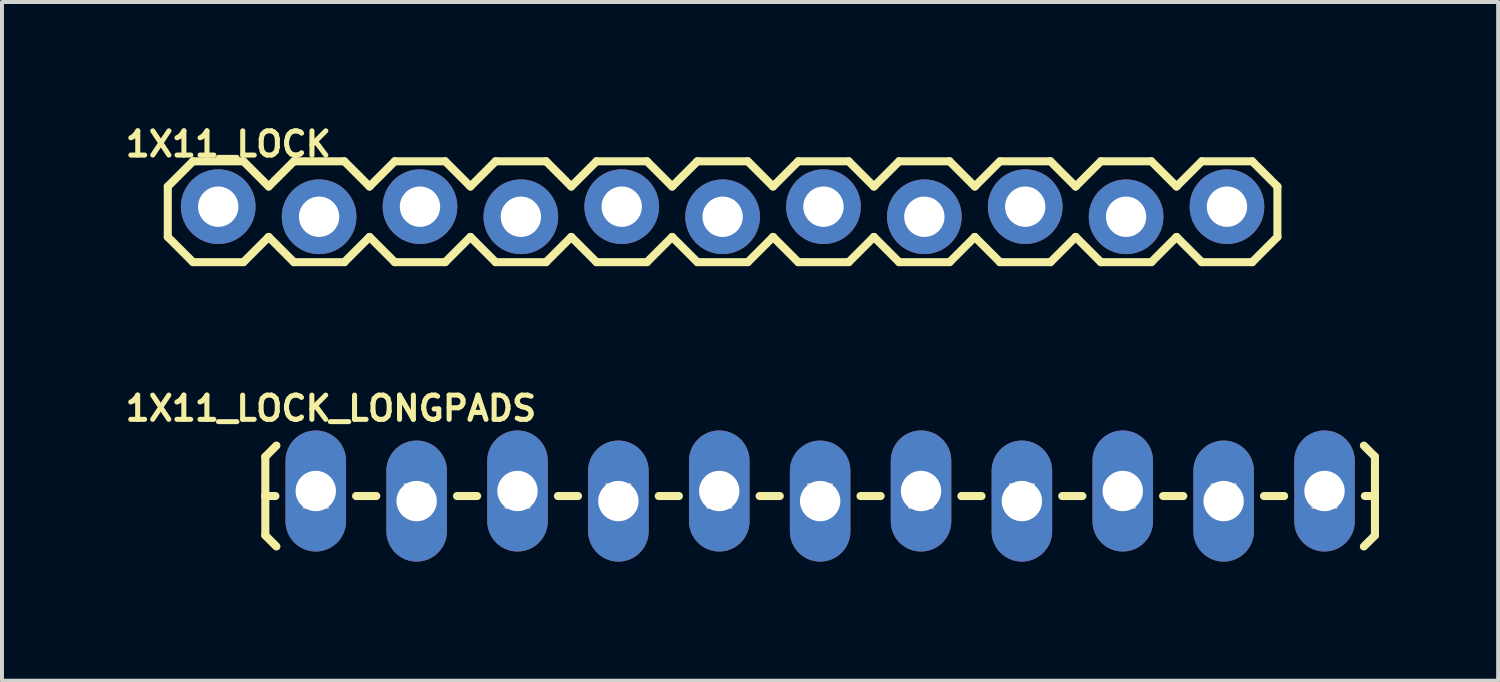
<source format=kicad_pcb>
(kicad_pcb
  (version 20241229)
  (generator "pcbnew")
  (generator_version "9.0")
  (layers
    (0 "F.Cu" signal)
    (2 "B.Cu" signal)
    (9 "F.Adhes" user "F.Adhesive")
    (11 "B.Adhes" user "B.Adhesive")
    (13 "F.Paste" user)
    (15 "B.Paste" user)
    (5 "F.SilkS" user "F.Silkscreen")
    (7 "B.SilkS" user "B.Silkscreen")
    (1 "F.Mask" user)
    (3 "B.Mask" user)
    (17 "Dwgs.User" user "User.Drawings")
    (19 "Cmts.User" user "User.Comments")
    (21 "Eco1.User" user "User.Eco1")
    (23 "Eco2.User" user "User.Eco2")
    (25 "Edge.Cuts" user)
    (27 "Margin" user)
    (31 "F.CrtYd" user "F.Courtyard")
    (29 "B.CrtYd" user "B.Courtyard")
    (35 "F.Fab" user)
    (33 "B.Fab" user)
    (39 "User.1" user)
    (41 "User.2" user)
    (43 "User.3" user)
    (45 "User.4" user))
  (footprint "1X11_LOCK_LONGPADS"
    (layer "F.Cu")
    (at 4.901 9.44)
    (property "Reference" "1X11_LOCK_LONGPADS" (at 0.381 -2.207 0) (layer "F.SilkS") (effects (font (size 0.61 0.61) (thickness 0.127))))
    (attr exclude_from_pos_files exclude_from_bom)
    (fp_line (start -1.27 -0.991) (end -0.991 -1.27) (stroke (width 0.203) (type solid)) (layer "F.SilkS"))
    (fp_line (start -1.27 0) (end -1.27 -0.991) (stroke (width 0.203) (type solid)) (layer "F.SilkS"))
    (fp_line (start -1.27 0) (end -1.27 0.991) (stroke (width 0.203) (type solid)) (layer "F.SilkS"))
    (fp_line (start -1.27 0) (end -1.016 0) (stroke (width 0.203) (type solid)) (layer "F.SilkS"))
    (fp_line (start -1.27 0.991) (end -0.991 1.27) (stroke (width 0.203) (type solid)) (layer "F.SilkS"))
    (fp_line (start 1.524 0) (end 1.016 0) (stroke (width 0.203) (type solid)) (layer "F.SilkS"))
    (fp_line (start 4.064 0) (end 3.556 0) (stroke (width 0.203) (type solid)) (layer "F.SilkS"))
    (fp_line (start 6.604 0) (end 6.096 0) (stroke (width 0.203) (type solid)) (layer "F.SilkS"))
    (fp_line (start 9.144 0) (end 8.636 0) (stroke (width 0.203) (type solid)) (layer "F.SilkS"))
    (fp_line (start 11.684 0) (end 11.176 0) (stroke (width 0.203) (type solid)) (layer "F.SilkS"))
    (fp_line (start 14.224 0) (end 13.716 0) (stroke (width 0.203) (type solid)) (layer "F.SilkS"))
    (fp_line (start 16.764 0) (end 16.256 0) (stroke (width 0.203) (type solid)) (layer "F.SilkS"))
    (fp_line (start 19.304 0) (end 18.796 0) (stroke (width 0.203) (type solid)) (layer "F.SilkS"))
    (fp_line (start 21.844 0) (end 21.336 0) (stroke (width 0.203) (type solid)) (layer "F.SilkS"))
    (fp_line (start 24.384 0) (end 23.876 0) (stroke (width 0.203) (type solid)) (layer "F.SilkS"))
    (fp_line (start 26.67 -0.991) (end 26.391 -1.27) (stroke (width 0.203) (type solid)) (layer "F.SilkS"))
    (fp_line (start 26.67 0) (end 26.416 0) (stroke (width 0.203) (type solid)) (layer "F.SilkS"))
    (fp_line (start 26.67 0) (end 26.67 -0.991) (stroke (width 0.203) (type solid)) (layer "F.SilkS"))
    (fp_line (start 26.67 0) (end 26.67 0.991) (stroke (width 0.203) (type solid)) (layer "F.SilkS"))
    (fp_line (start 26.67 0.991) (end 26.391 1.27) (stroke (width 0.203) (type solid)) (layer "F.SilkS"))
    (fp_line (start -0.292 -0.292) (end 0.292 -0.292) (stroke (width 0.066) (type solid)) (layer "Dwgs.User"))
    (fp_line (start -0.292 0.292) (end -0.292 -0.292) (stroke (width 0.066) (type solid)) (layer "Dwgs.User"))
    (fp_line (start -0.292 0.292) (end 0.292 0.292) (stroke (width 0.066) (type solid)) (layer "Dwgs.User"))
    (fp_line (start 0.292 0.292) (end 0.292 -0.292) (stroke (width 0.066) (type solid)) (layer "Dwgs.User"))
    (fp_line (start 2.248 -0.292) (end 2.832 -0.292) (stroke (width 0.066) (type solid)) (layer "Dwgs.User"))
    (fp_line (start 2.248 0.292) (end 2.248 -0.292) (stroke (width 0.066) (type solid)) (layer "Dwgs.User"))
    (fp_line (start 2.248 0.292) (end 2.832 0.292) (stroke (width 0.066) (type solid)) (layer "Dwgs.User"))
    (fp_line (start 2.832 0.292) (end 2.832 -0.292) (stroke (width 0.066) (type solid)) (layer "Dwgs.User"))
    (fp_line (start 4.788 -0.292) (end 5.372 -0.292) (stroke (width 0.066) (type solid)) (layer "Dwgs.User"))
    (fp_line (start 4.788 0.292) (end 4.788 -0.292) (stroke (width 0.066) (type solid)) (layer "Dwgs.User"))
    (fp_line (start 4.788 0.292) (end 5.372 0.292) (stroke (width 0.066) (type solid)) (layer "Dwgs.User"))
    (fp_line (start 5.372 0.292) (end 5.372 -0.292) (stroke (width 0.066) (type solid)) (layer "Dwgs.User"))
    (fp_line (start 7.328 -0.292) (end 7.912 -0.292) (stroke (width 0.066) (type solid)) (layer "Dwgs.User"))
    (fp_line (start 7.328 0.292) (end 7.328 -0.292) (stroke (width 0.066) (type solid)) (layer "Dwgs.User"))
    (fp_line (start 7.328 0.292) (end 7.912 0.292) (stroke (width 0.066) (type solid)) (layer "Dwgs.User"))
    (fp_line (start 7.912 0.292) (end 7.912 -0.292) (stroke (width 0.066) (type solid)) (layer "Dwgs.User"))
    (fp_line (start 9.868 -0.292) (end 10.452 -0.292) (stroke (width 0.066) (type solid)) (layer "Dwgs.User"))
    (fp_line (start 9.868 0.292) (end 9.868 -0.292) (stroke (width 0.066) (type solid)) (layer "Dwgs.User"))
    (fp_line (start 9.868 0.292) (end 10.452 0.292) (stroke (width 0.066) (type solid)) (layer "Dwgs.User"))
    (fp_line (start 10.452 0.292) (end 10.452 -0.292) (stroke (width 0.066) (type solid)) (layer "Dwgs.User"))
    (fp_line (start 12.408 -0.292) (end 12.992 -0.292) (stroke (width 0.066) (type solid)) (layer "Dwgs.User"))
    (fp_line (start 12.408 0.292) (end 12.408 -0.292) (stroke (width 0.066) (type solid)) (layer "Dwgs.User"))
    (fp_line (start 12.408 0.292) (end 12.992 0.292) (stroke (width 0.066) (type solid)) (layer "Dwgs.User"))
    (fp_line (start 12.992 0.292) (end 12.992 -0.292) (stroke (width 0.066) (type solid)) (layer "Dwgs.User"))
    (fp_line (start 14.948 -0.292) (end 15.532 -0.292) (stroke (width 0.066) (type solid)) (layer "Dwgs.User"))
    (fp_line (start 14.948 0.292) (end 14.948 -0.292) (stroke (width 0.066) (type solid)) (layer "Dwgs.User"))
    (fp_line (start 14.948 0.292) (end 15.532 0.292) (stroke (width 0.066) (type solid)) (layer "Dwgs.User"))
    (fp_line (start 15.532 0.292) (end 15.532 -0.292) (stroke (width 0.066) (type solid)) (layer "Dwgs.User"))
    (fp_line (start 17.488 -0.292) (end 18.072 -0.292) (stroke (width 0.066) (type solid)) (layer "Dwgs.User"))
    (fp_line (start 17.488 0.292) (end 17.488 -0.292) (stroke (width 0.066) (type solid)) (layer "Dwgs.User"))
    (fp_line (start 17.488 0.292) (end 18.072 0.292) (stroke (width 0.066) (type solid)) (layer "Dwgs.User"))
    (fp_line (start 18.072 0.292) (end 18.072 -0.292) (stroke (width 0.066) (type solid)) (layer "Dwgs.User"))
    (fp_line (start 20.028 -0.292) (end 20.612 -0.292) (stroke (width 0.066) (type solid)) (layer "Dwgs.User"))
    (fp_line (start 20.028 0.292) (end 20.028 -0.292) (stroke (width 0.066) (type solid)) (layer "Dwgs.User"))
    (fp_line (start 20.028 0.292) (end 20.612 0.292) (stroke (width 0.066) (type solid)) (layer "Dwgs.User"))
    (fp_line (start 20.612 0.292) (end 20.612 -0.292) (stroke (width 0.066) (type solid)) (layer "Dwgs.User"))
    (fp_line (start 22.568 -0.292) (end 23.152 -0.292) (stroke (width 0.066) (type solid)) (layer "Dwgs.User"))
    (fp_line (start 22.568 0.292) (end 22.568 -0.292) (stroke (width 0.066) (type solid)) (layer "Dwgs.User"))
    (fp_line (start 22.568 0.292) (end 23.152 0.292) (stroke (width 0.066) (type solid)) (layer "Dwgs.User"))
    (fp_line (start 23.152 0.292) (end 23.152 -0.292) (stroke (width 0.066) (type solid)) (layer "Dwgs.User"))
    (fp_line (start 25.108 -0.292) (end 25.692 -0.292) (stroke (width 0.066) (type solid)) (layer "Dwgs.User"))
    (fp_line (start 25.108 0.292) (end 25.108 -0.292) (stroke (width 0.066) (type solid)) (layer "Dwgs.User"))
    (fp_line (start 25.108 0.292) (end 25.692 0.292) (stroke (width 0.066) (type solid)) (layer "Dwgs.User"))
    (fp_line (start 25.692 0.292) (end 25.692 -0.292) (stroke (width 0.066) (type solid)) (layer "Dwgs.User"))
    (pad "1" thru_hole oval (at 0 -0.127 180) (size 1.524 3.048) (drill 1.016) (layers "*.Cu" "*.Paste" "*.Mask"))
    (pad "2" thru_hole oval (at 2.54 0.127 180) (size 1.524 3.048) (drill 1.016) (layers "*.Cu" "*.Paste" "*.Mask"))
    (pad "3" thru_hole oval (at 5.08 -0.127 180) (size 1.524 3.048) (drill 1.016) (layers "*.Cu" "*.Paste" "*.Mask"))
    (pad "4" thru_hole oval (at 7.62 0.127 180) (size 1.524 3.048) (drill 1.016) (layers "*.Cu" "*.Paste" "*.Mask"))
    (pad "5" thru_hole oval (at 10.16 -0.127 180) (size 1.524 3.048) (drill 1.016) (layers "*.Cu" "*.Paste" "*.Mask"))
    (pad "6" thru_hole oval (at 12.7 0.127 180) (size 1.524 3.048) (drill 1.016) (layers "*.Cu" "*.Paste" "*.Mask"))
    (pad "7" thru_hole oval (at 15.24 -0.127 180) (size 1.524 3.048) (drill 1.016) (layers "*.Cu" "*.Paste" "*.Mask"))
    (pad "8" thru_hole oval (at 17.78 0.127 180) (size 1.524 3.048) (drill 1.016) (layers "*.Cu" "*.Paste" "*.Mask"))
    (pad "9" thru_hole oval (at 20.32 -0.127 180) (size 1.524 3.048) (drill 1.016) (layers "*.Cu" "*.Paste" "*.Mask"))
    (pad "10" thru_hole oval (at 22.86 0.127 180) (size 1.524 3.048) (drill 1.016) (layers "*.Cu" "*.Paste" "*.Mask"))
    (pad "11" thru_hole oval (at 25.4 -0.127 180) (size 1.524 3.048) (drill 1.016) (layers "*.Cu" "*.Paste" "*.Mask")))
  (footprint "1X11_LOCK"
    (layer "F.Cu")
    (at 2.445 2.281)
    (property "Reference" "1X11_LOCK" (at 0.254 -1.702 0) (layer "F.SilkS") (effects (font (size 0.61 0.61) (thickness 0.127))))
    (attr exclude_from_pos_files exclude_from_bom)
    (fp_line (start -1.27 -0.635) (end -1.27 0.635) (stroke (width 0.203) (type solid)) (layer "F.SilkS"))
    (fp_line (start -1.27 0.635) (end -0.635 1.27) (stroke (width 0.203) (type solid)) (layer "F.SilkS"))
    (fp_line (start -0.635 -1.27) (end -1.27 -0.635) (stroke (width 0.203) (type solid)) (layer "F.SilkS"))
    (fp_line (start -0.635 -1.27) (end 0.635 -1.27) (stroke (width 0.203) (type solid)) (layer "F.SilkS"))
    (fp_line (start 0.635 -1.27) (end 1.27 -0.635) (stroke (width 0.203) (type solid)) (layer "F.SilkS"))
    (fp_line (start 0.635 1.27) (end -0.635 1.27) (stroke (width 0.203) (type solid)) (layer "F.SilkS"))
    (fp_line (start 1.27 -0.635) (end 1.905 -1.27) (stroke (width 0.203) (type solid)) (layer "F.SilkS"))
    (fp_line (start 1.27 0.635) (end 0.635 1.27) (stroke (width 0.203) (type solid)) (layer "F.SilkS"))
    (fp_line (start 1.905 -1.27) (end 3.175 -1.27) (stroke (width 0.203) (type solid)) (layer "F.SilkS"))
    (fp_line (start 1.905 1.27) (end 1.27 0.635) (stroke (width 0.203) (type solid)) (layer "F.SilkS"))
    (fp_line (start 3.175 -1.27) (end 3.81 -0.635) (stroke (width 0.203) (type solid)) (layer "F.SilkS"))
    (fp_line (start 3.175 1.27) (end 1.905 1.27) (stroke (width 0.203) (type solid)) (layer "F.SilkS"))
    (fp_line (start 3.81 -0.635) (end 4.445 -1.27) (stroke (width 0.203) (type solid)) (layer "F.SilkS"))
    (fp_line (start 3.81 0.635) (end 3.175 1.27) (stroke (width 0.203) (type solid)) (layer "F.SilkS"))
    (fp_line (start 4.445 -1.27) (end 5.715 -1.27) (stroke (width 0.203) (type solid)) (layer "F.SilkS"))
    (fp_line (start 4.445 1.27) (end 3.81 0.635) (stroke (width 0.203) (type solid)) (layer "F.SilkS"))
    (fp_line (start 5.715 -1.27) (end 6.35 -0.635) (stroke (width 0.203) (type solid)) (layer "F.SilkS"))
    (fp_line (start 5.715 1.27) (end 4.445 1.27) (stroke (width 0.203) (type solid)) (layer "F.SilkS"))
    (fp_line (start 6.35 0.635) (end 5.715 1.27) (stroke (width 0.203) (type solid)) (layer "F.SilkS"))
    (fp_line (start 6.35 0.635) (end 6.985 1.27) (stroke (width 0.203) (type solid)) (layer "F.SilkS"))
    (fp_line (start 6.985 -1.27) (end 6.35 -0.635) (stroke (width 0.203) (type solid)) (layer "F.SilkS"))
    (fp_line (start 6.985 -1.27) (end 8.255 -1.27) (stroke (width 0.203) (type solid)) (layer "F.SilkS"))
    (fp_line (start 8.255 -1.27) (end 8.89 -0.635) (stroke (width 0.203) (type solid)) (layer "F.SilkS"))
    (fp_line (start 8.255 1.27) (end 6.985 1.27) (stroke (width 0.203) (type solid)) (layer "F.SilkS"))
    (fp_line (start 8.89 -0.635) (end 9.525 -1.27) (stroke (width 0.203) (type solid)) (layer "F.SilkS"))
    (fp_line (start 8.89 0.635) (end 8.255 1.27) (stroke (width 0.203) (type solid)) (layer "F.SilkS"))
    (fp_line (start 9.525 -1.27) (end 10.795 -1.27) (stroke (width 0.203) (type solid)) (layer "F.SilkS"))
    (fp_line (start 9.525 1.27) (end 8.89 0.635) (stroke (width 0.203) (type solid)) (layer "F.SilkS"))
    (fp_line (start 10.795 -1.27) (end 11.43 -0.635) (stroke (width 0.203) (type solid)) (layer "F.SilkS"))
    (fp_line (start 10.795 1.27) (end 9.525 1.27) (stroke (width 0.203) (type solid)) (layer "F.SilkS"))
    (fp_line (start 11.43 -0.635) (end 12.065 -1.27) (stroke (width 0.203) (type solid)) (layer "F.SilkS"))
    (fp_line (start 11.43 0.635) (end 10.795 1.27) (stroke (width 0.203) (type solid)) (layer "F.SilkS"))
    (fp_line (start 12.065 -1.27) (end 13.335 -1.27) (stroke (width 0.203) (type solid)) (layer "F.SilkS"))
    (fp_line (start 12.065 1.27) (end 11.43 0.635) (stroke (width 0.203) (type solid)) (layer "F.SilkS"))
    (fp_line (start 13.335 -1.27) (end 13.97 -0.635) (stroke (width 0.203) (type solid)) (layer "F.SilkS"))
    (fp_line (start 13.335 1.27) (end 12.065 1.27) (stroke (width 0.203) (type solid)) (layer "F.SilkS"))
    (fp_line (start 13.97 0.635) (end 13.335 1.27) (stroke (width 0.203) (type solid)) (layer "F.SilkS"))
    (fp_line (start 13.97 0.635) (end 14.605 1.27) (stroke (width 0.203) (type solid)) (layer "F.SilkS"))
    (fp_line (start 14.605 -1.27) (end 13.97 -0.635) (stroke (width 0.203) (type solid)) (layer "F.SilkS"))
    (fp_line (start 14.605 -1.27) (end 15.875 -1.27) (stroke (width 0.203) (type solid)) (layer "F.SilkS"))
    (fp_line (start 15.875 -1.27) (end 16.51 -0.635) (stroke (width 0.203) (type solid)) (layer "F.SilkS"))
    (fp_line (start 15.875 1.27) (end 14.605 1.27) (stroke (width 0.203) (type solid)) (layer "F.SilkS"))
    (fp_line (start 16.51 0.635) (end 15.875 1.27) (stroke (width 0.203) (type solid)) (layer "F.SilkS"))
    (fp_line (start 16.51 0.635) (end 17.145 1.27) (stroke (width 0.203) (type solid)) (layer "F.SilkS"))
    (fp_line (start 17.145 -1.27) (end 16.51 -0.635) (stroke (width 0.203) (type solid)) (layer "F.SilkS"))
    (fp_line (start 17.145 -1.27) (end 18.415 -1.27) (stroke (width 0.203) (type solid)) (layer "F.SilkS"))
    (fp_line (start 18.415 -1.27) (end 19.05 -0.635) (stroke (width 0.203) (type solid)) (layer "F.SilkS"))
    (fp_line (start 18.415 1.27) (end 17.145 1.27) (stroke (width 0.203) (type solid)) (layer "F.SilkS"))
    (fp_line (start 19.05 0.635) (end 18.415 1.27) (stroke (width 0.203) (type solid)) (layer "F.SilkS"))
    (fp_line (start 19.05 0.635) (end 19.685 1.27) (stroke (width 0.203) (type solid)) (layer "F.SilkS"))
    (fp_line (start 19.685 -1.27) (end 19.05 -0.635) (stroke (width 0.203) (type solid)) (layer "F.SilkS"))
    (fp_line (start 19.685 -1.27) (end 20.955 -1.27) (stroke (width 0.203) (type solid)) (layer "F.SilkS"))
    (fp_line (start 20.955 -1.27) (end 21.59 -0.635) (stroke (width 0.203) (type solid)) (layer "F.SilkS"))
    (fp_line (start 20.955 1.27) (end 19.685 1.27) (stroke (width 0.203) (type solid)) (layer "F.SilkS"))
    (fp_line (start 21.59 0.635) (end 20.955 1.27) (stroke (width 0.203) (type solid)) (layer "F.SilkS"))
    (fp_line (start 21.59 0.635) (end 22.225 1.27) (stroke (width 0.203) (type solid)) (layer "F.SilkS"))
    (fp_line (start 22.225 -1.27) (end 21.59 -0.635) (stroke (width 0.203) (type solid)) (layer "F.SilkS"))
    (fp_line (start 22.225 -1.27) (end 23.495 -1.27) (stroke (width 0.203) (type solid)) (layer "F.SilkS"))
    (fp_line (start 23.495 -1.27) (end 24.13 -0.635) (stroke (width 0.203) (type solid)) (layer "F.SilkS"))
    (fp_line (start 23.495 1.27) (end 22.225 1.27) (stroke (width 0.203) (type solid)) (layer "F.SilkS"))
    (fp_line (start 24.13 0.635) (end 23.495 1.27) (stroke (width 0.203) (type solid)) (layer "F.SilkS"))
    (fp_line (start 24.13 0.635) (end 24.765 1.27) (stroke (width 0.203) (type solid)) (layer "F.SilkS"))
    (fp_line (start 24.765 -1.27) (end 24.13 -0.635) (stroke (width 0.203) (type solid)) (layer "F.SilkS"))
    (fp_line (start 24.765 -1.27) (end 26.035 -1.27) (stroke (width 0.203) (type solid)) (layer "F.SilkS"))
    (fp_line (start 26.035 -1.27) (end 26.67 -0.635) (stroke (width 0.203) (type solid)) (layer "F.SilkS"))
    (fp_line (start 26.035 1.27) (end 24.765 1.27) (stroke (width 0.203) (type solid)) (layer "F.SilkS"))
    (fp_line (start 26.67 -0.635) (end 26.67 0.635) (stroke (width 0.203) (type solid)) (layer "F.SilkS"))
    (fp_line (start 26.67 0.635) (end 26.035 1.27) (stroke (width 0.203) (type solid)) (layer "F.SilkS"))
    (fp_line (start -0.254 -0.254) (end 0.254 -0.254) (stroke (width 0.066) (type solid)) (layer "Dwgs.User"))
    (fp_line (start -0.254 0.254) (end -0.254 -0.254) (stroke (width 0.066) (type solid)) (layer "Dwgs.User"))
    (fp_line (start -0.254 0.254) (end 0.254 0.254) (stroke (width 0.066) (type solid)) (layer "Dwgs.User"))
    (fp_line (start 0.254 0.254) (end 0.254 -0.254) (stroke (width 0.066) (type solid)) (layer "Dwgs.User"))
    (fp_line (start 2.286 -0.254) (end 2.794 -0.254) (stroke (width 0.066) (type solid)) (layer "Dwgs.User"))
    (fp_line (start 2.286 0.254) (end 2.286 -0.254) (stroke (width 0.066) (type solid)) (layer "Dwgs.User"))
    (fp_line (start 2.286 0.254) (end 2.794 0.254) (stroke (width 0.066) (type solid)) (layer "Dwgs.User"))
    (fp_line (start 2.794 0.254) (end 2.794 -0.254) (stroke (width 0.066) (type solid)) (layer "Dwgs.User"))
    (fp_line (start 4.826 -0.254) (end 5.334 -0.254) (stroke (width 0.066) (type solid)) (layer "Dwgs.User"))
    (fp_line (start 4.826 0.254) (end 4.826 -0.254) (stroke (width 0.066) (type solid)) (layer "Dwgs.User"))
    (fp_line (start 4.826 0.254) (end 5.334 0.254) (stroke (width 0.066) (type solid)) (layer "Dwgs.User"))
    (fp_line (start 5.334 0.254) (end 5.334 -0.254) (stroke (width 0.066) (type solid)) (layer "Dwgs.User"))
    (fp_line (start 7.366 -0.254) (end 7.874 -0.254) (stroke (width 0.066) (type solid)) (layer "Dwgs.User"))
    (fp_line (start 7.366 0.254) (end 7.366 -0.254) (stroke (width 0.066) (type solid)) (layer "Dwgs.User"))
    (fp_line (start 7.366 0.254) (end 7.874 0.254) (stroke (width 0.066) (type solid)) (layer "Dwgs.User"))
    (fp_line (start 7.874 0.254) (end 7.874 -0.254) (stroke (width 0.066) (type solid)) (layer "Dwgs.User"))
    (fp_line (start 9.906 -0.254) (end 10.414 -0.254) (stroke (width 0.066) (type solid)) (layer "Dwgs.User"))
    (fp_line (start 9.906 0.254) (end 9.906 -0.254) (stroke (width 0.066) (type solid)) (layer "Dwgs.User"))
    (fp_line (start 9.906 0.254) (end 10.414 0.254) (stroke (width 0.066) (type solid)) (layer "Dwgs.User"))
    (fp_line (start 10.414 0.254) (end 10.414 -0.254) (stroke (width 0.066) (type solid)) (layer "Dwgs.User"))
    (fp_line (start 12.446 -0.254) (end 12.954 -0.254) (stroke (width 0.066) (type solid)) (layer "Dwgs.User"))
    (fp_line (start 12.446 0.254) (end 12.446 -0.254) (stroke (width 0.066) (type solid)) (layer "Dwgs.User"))
    (fp_line (start 12.446 0.254) (end 12.954 0.254) (stroke (width 0.066) (type solid)) (layer "Dwgs.User"))
    (fp_line (start 12.954 0.254) (end 12.954 -0.254) (stroke (width 0.066) (type solid)) (layer "Dwgs.User"))
    (fp_line (start 14.986 -0.254) (end 15.494 -0.254) (stroke (width 0.066) (type solid)) (layer "Dwgs.User"))
    (fp_line (start 14.986 0.254) (end 14.986 -0.254) (stroke (width 0.066) (type solid)) (layer "Dwgs.User"))
    (fp_line (start 14.986 0.254) (end 15.494 0.254) (stroke (width 0.066) (type solid)) (layer "Dwgs.User"))
    (fp_line (start 15.494 0.254) (end 15.494 -0.254) (stroke (width 0.066) (type solid)) (layer "Dwgs.User"))
    (fp_line (start 17.523 -0.254) (end 18.034 -0.254) (stroke (width 0.066) (type solid)) (layer "Dwgs.User"))
    (fp_line (start 17.523 0.254) (end 17.523 -0.254) (stroke (width 0.066) (type solid)) (layer "Dwgs.User"))
    (fp_line (start 17.523 0.254) (end 18.034 0.254) (stroke (width 0.066) (type solid)) (layer "Dwgs.User"))
    (fp_line (start 18.034 0.254) (end 18.034 -0.254) (stroke (width 0.066) (type solid)) (layer "Dwgs.User"))
    (fp_line (start 20.066 -0.254) (end 20.574 -0.254) (stroke (width 0.066) (type solid)) (layer "Dwgs.User"))
    (fp_line (start 20.066 0.254) (end 20.066 -0.254) (stroke (width 0.066) (type solid)) (layer "Dwgs.User"))
    (fp_line (start 20.066 0.254) (end 20.574 0.254) (stroke (width 0.066) (type solid)) (layer "Dwgs.User"))
    (fp_line (start 20.574 0.254) (end 20.574 -0.254) (stroke (width 0.066) (type solid)) (layer "Dwgs.User"))
    (fp_line (start 22.606 -0.254) (end 23.114 -0.254) (stroke (width 0.066) (type solid)) (layer "Dwgs.User"))
    (fp_line (start 22.606 0.254) (end 22.606 -0.254) (stroke (width 0.066) (type solid)) (layer "Dwgs.User"))
    (fp_line (start 22.606 0.254) (end 23.114 0.254) (stroke (width 0.066) (type solid)) (layer "Dwgs.User"))
    (fp_line (start 23.114 0.254) (end 23.114 -0.254) (stroke (width 0.066) (type solid)) (layer "Dwgs.User"))
    (fp_line (start 25.146 -0.254) (end 25.654 -0.254) (stroke (width 0.066) (type solid)) (layer "Dwgs.User"))
    (fp_line (start 25.146 0.254) (end 25.146 -0.254) (stroke (width 0.066) (type solid)) (layer "Dwgs.User"))
    (fp_line (start 25.146 0.254) (end 25.654 0.254) (stroke (width 0.066) (type solid)) (layer "Dwgs.User"))
    (fp_line (start 25.654 0.254) (end 25.654 -0.254) (stroke (width 0.066) (type solid)) (layer "Dwgs.User"))
    (pad "1" thru_hole circle (at 0 -0.127) (size 1.88 1.88) (drill 1.016) (layers "*.Cu" "*.Paste" "*.Mask"))
    (pad "2" thru_hole circle (at 2.54 0.127) (size 1.88 1.88) (drill 1.016) (layers "*.Cu" "*.Paste" "*.Mask"))
    (pad "3" thru_hole circle (at 5.08 -0.127) (size 1.88 1.88) (drill 1.016) (layers "*.Cu" "*.Paste" "*.Mask"))
    (pad "4" thru_hole circle (at 7.62 0.127) (size 1.88 1.88) (drill 1.016) (layers "*.Cu" "*.Paste" "*.Mask"))
    (pad "5" thru_hole circle (at 10.16 -0.127) (size 1.88 1.88) (drill 1.016) (layers "*.Cu" "*.Paste" "*.Mask"))
    (pad "6" thru_hole circle (at 12.7 0.127) (size 1.88 1.88) (drill 1.016) (layers "*.Cu" "*.Paste" "*.Mask"))
    (pad "7" thru_hole circle (at 15.24 -0.127) (size 1.88 1.88) (drill 1.016) (layers "*.Cu" "*.Paste" "*.Mask"))
    (pad "8" thru_hole circle (at 17.78 0.127) (size 1.88 1.88) (drill 1.016) (layers "*.Cu" "*.Paste" "*.Mask"))
    (pad "9" thru_hole circle (at 20.32 -0.127) (size 1.88 1.88) (drill 1.016) (layers "*.Cu" "*.Paste" "*.Mask"))
    (pad "10" thru_hole circle (at 22.86 0.127) (size 1.88 1.88) (drill 1.016) (layers "*.Cu" "*.Paste" "*.Mask"))
    (pad "11" thru_hole circle (at 25.4 -0.127) (size 1.88 1.88) (drill 1.016) (layers "*.Cu" "*.Paste" "*.Mask")))
  (gr_rect
    (start -3 -3)
    (end 34.673 14.091)
    (stroke (width 0.1) (type default))
    (fill no)
    (layer "Edge.Cuts")))
</source>
